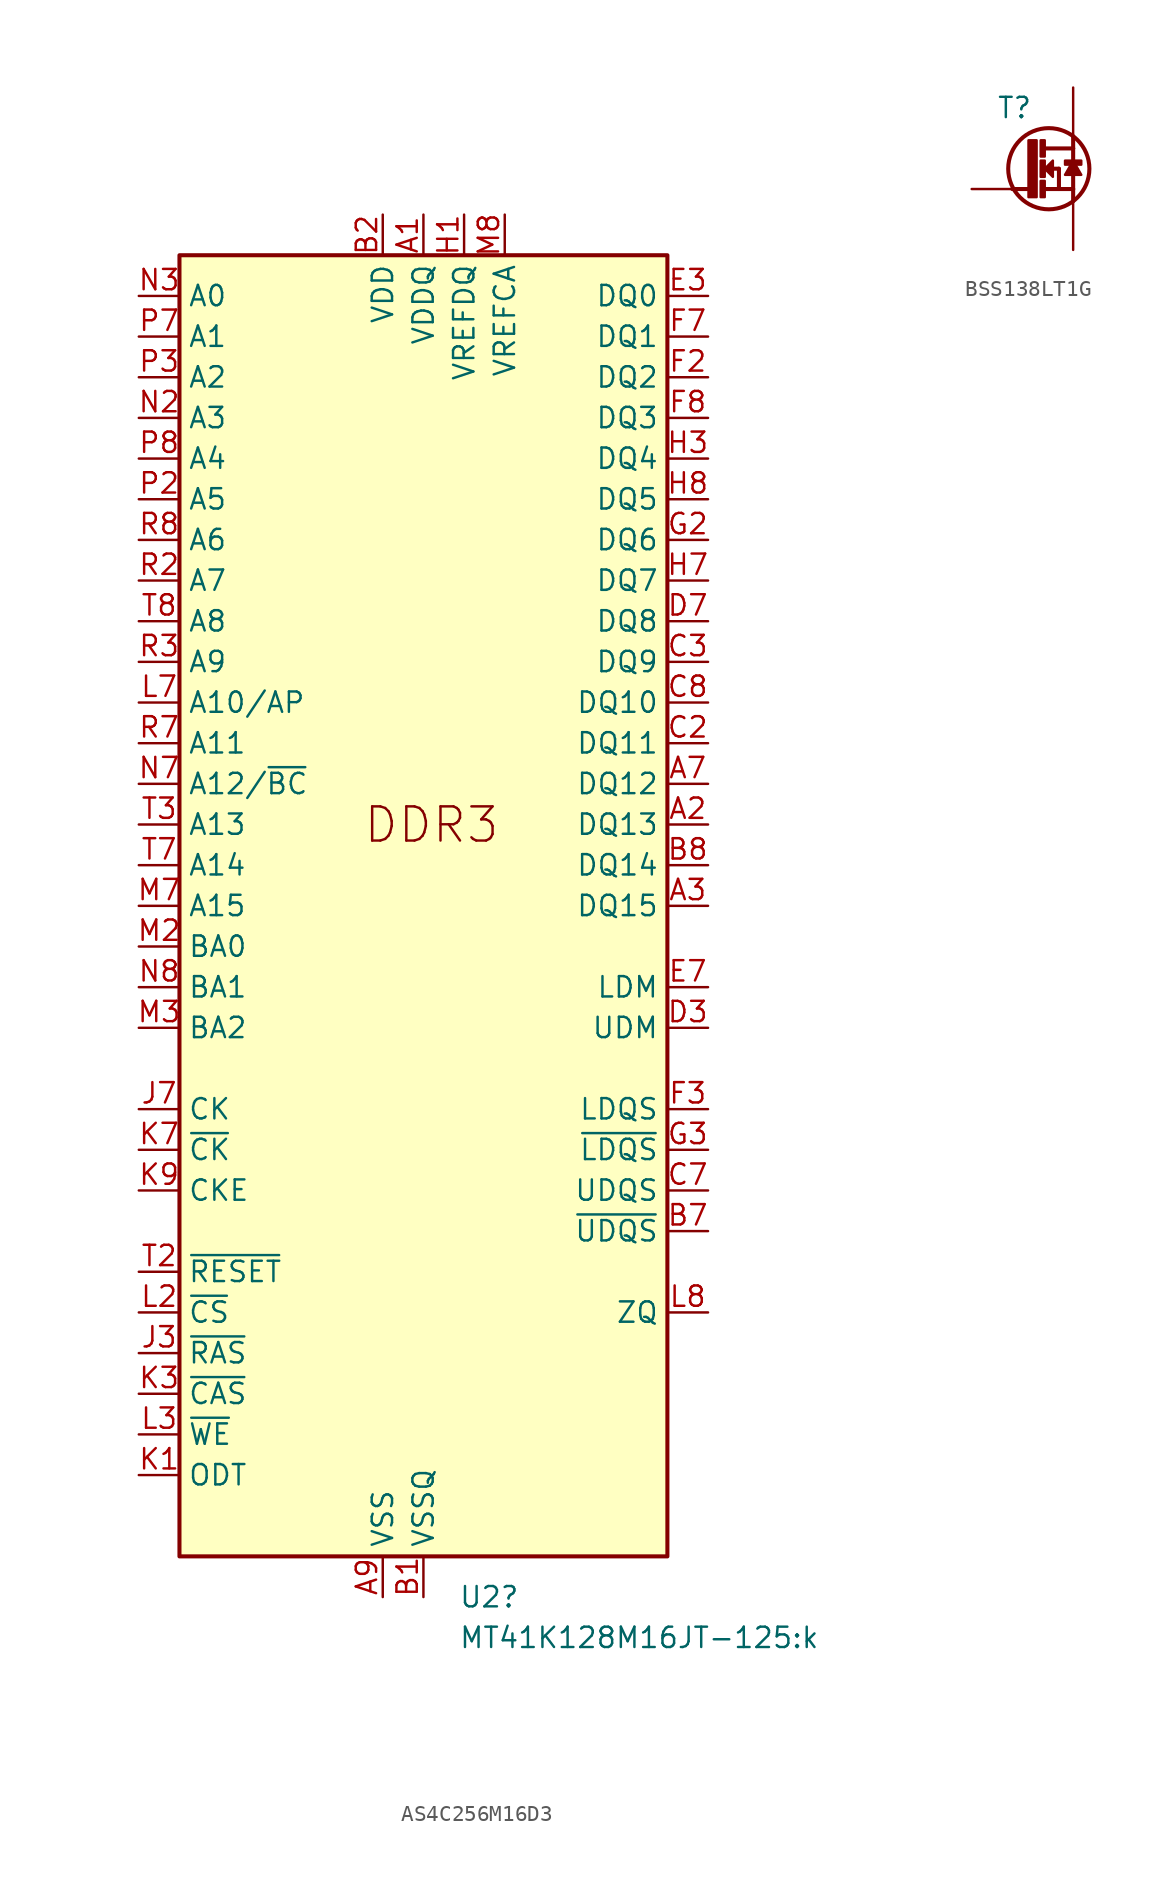
<source format=kicad_sym>
(kicad_symbol_lib
  (version 20241209)
  (generator "kicad_symbol_editor")
  (generator_version "9.0")
  (symbol "AS4C256M16D3"
    (property "Reference" "U2"
      (at 2.194 -43.18 0)
      (effects (font (size 1.27 1.27)) (justify left)))
    (property "Value" "MT41K128M16JT-125:k"
      (at 2.194 -45.72 0)
      (effects (font (size 1.27 1.27)) (justify left)))
    (symbol "AS4C256M16D3_0_1"
      (rectangle (start -15.24 40.64) (end 15.24 -40.64) (stroke (width 0.254) (type default)) (fill (type background)))
      (pin input line (at -17.78 38.1 0) (length 2.54) (name "A0" (effects (font (size 1.27 1.27)))) (number "N3" (effects (font (size 1.27 1.27)))))
      (pin input line (at -17.78 35.56 0) (length 2.54) (name "A1" (effects (font (size 1.27 1.27)))) (number "P7" (effects (font (size 1.27 1.27)))))
      (pin input line (at -17.78 33.02 0) (length 2.54) (name "A2" (effects (font (size 1.27 1.27)))) (number "P3" (effects (font (size 1.27 1.27)))))
      (pin input line (at -17.78 30.48 0) (length 2.54) (name "A3" (effects (font (size 1.27 1.27)))) (number "N2" (effects (font (size 1.27 1.27)))))
      (pin input line (at -17.78 27.94 0) (length 2.54) (name "A4" (effects (font (size 1.27 1.27)))) (number "P8" (effects (font (size 1.27 1.27)))))
      (pin input line (at -17.78 25.4 0) (length 2.54) (name "A5" (effects (font (size 1.27 1.27)))) (number "P2" (effects (font (size 1.27 1.27)))))
      (pin input line (at -17.78 22.86 0) (length 2.54) (name "A6" (effects (font (size 1.27 1.27)))) (number "R8" (effects (font (size 1.27 1.27)))))
      (pin input line (at -17.78 20.32 0) (length 2.54) (name "A7" (effects (font (size 1.27 1.27)))) (number "R2" (effects (font (size 1.27 1.27)))))
      (pin input line (at -17.78 17.78 0) (length 2.54) (name "A8" (effects (font (size 1.27 1.27)))) (number "T8" (effects (font (size 1.27 1.27)))))
      (pin input line (at -17.78 15.24 0) (length 2.54) (name "A9" (effects (font (size 1.27 1.27)))) (number "R3" (effects (font (size 1.27 1.27)))))
      (pin input line (at -17.78 12.7 0) (length 2.54) (name "A10/AP" (effects (font (size 1.27 1.27)))) (number "L7" (effects (font (size 1.27 1.27)))))
      (pin input line (at -17.78 10.16 0) (length 2.54) (name "A11" (effects (font (size 1.27 1.27)))) (number "R7" (effects (font (size 1.27 1.27)))))
      (pin input line (at -17.78 7.62 0) (length 2.54) (name "A12/~{BC}" (effects (font (size 1.27 1.27)))) (number "N7" (effects (font (size 1.27 1.27)))))
      (pin input line (at -17.78 5.08 0) (length 2.54) (name "A13" (effects (font (size 1.27 1.27)))) (number "T3" (effects (font (size 1.27 1.27)))))
      (pin input line (at -17.78 2.54 0) (length 2.54) (name "A14" (effects (font (size 1.27 1.27)))) (number "T7" (effects (font (size 1.27 1.27)))))
      (pin input line (at -17.78 -22.86 0) (length 2.54) (name "~{RESET}" (effects (font (size 1.27 1.27)))) (number "T2" (effects (font (size 1.27 1.27)))))
      (pin input line (at -17.78 -25.4 0) (length 2.54) (name "~{CS}" (effects (font (size 1.27 1.27)))) (number "L2" (effects (font (size 1.27 1.27)))))
      (pin power_in line (at -2.54 43.18 270) (length 2.54) (name "VDD" (effects (font (size 1.27 1.27)))) (number "B2" (effects (font (size 1.27 1.27)))))
      (pin passive line (at -2.54 43.18 270) (length 2.54) (hide yes) (name "VDD" (effects (font (size 1.27 1.27)))) (number "D9" (effects (font (size 1.27 1.27)))))
      (pin passive line (at -2.54 43.18 270) (length 2.54) (hide yes) (name "VDD" (effects (font (size 1.27 1.27)))) (number "G7" (effects (font (size 1.27 1.27)))))
      (pin passive line (at -2.54 43.18 270) (length 2.54) (hide yes) (name "VDD" (effects (font (size 1.27 1.27)))) (number "K2" (effects (font (size 1.27 1.27)))))
      (pin passive line (at -2.54 43.18 270) (length 2.54) (hide yes) (name "VDD" (effects (font (size 1.27 1.27)))) (number "K8" (effects (font (size 1.27 1.27)))))
      (pin passive line (at -2.54 43.18 270) (length 2.54) (hide yes) (name "VDD" (effects (font (size 1.27 1.27)))) (number "N1" (effects (font (size 1.27 1.27)))))
      (pin passive line (at -2.54 43.18 270) (length 2.54) (hide yes) (name "VDD" (effects (font (size 1.27 1.27)))) (number "N9" (effects (font (size 1.27 1.27)))))
      (pin passive line (at -2.54 43.18 270) (length 2.54) (hide yes) (name "VDD" (effects (font (size 1.27 1.27)))) (number "R1" (effects (font (size 1.27 1.27)))))
      (pin passive line (at -2.54 43.18 270) (length 2.54) (hide yes) (name "VDD" (effects (font (size 1.27 1.27)))) (number "R9" (effects (font (size 1.27 1.27)))))
      (pin power_in line (at -2.54 -43.18 90) (length 2.54) (name "VSS" (effects (font (size 1.27 1.27)))) (number "A9" (effects (font (size 1.27 1.27)))))
      (pin passive line (at -2.54 -43.18 90) (length 2.54) (hide yes) (name "VSS" (effects (font (size 1.27 1.27)))) (number "B3" (effects (font (size 1.27 1.27)))))
      (pin passive line (at -2.54 -43.18 90) (length 2.54) (hide yes) (name "VSS" (effects (font (size 1.27 1.27)))) (number "E1" (effects (font (size 1.27 1.27)))))
      (pin passive line (at -2.54 -43.18 90) (length 2.54) (hide yes) (name "VSS" (effects (font (size 1.27 1.27)))) (number "G8" (effects (font (size 1.27 1.27)))))
      (pin passive line (at -2.54 -43.18 90) (length 2.54) (hide yes) (name "VSS" (effects (font (size 1.27 1.27)))) (number "J2" (effects (font (size 1.27 1.27)))))
      (pin passive line (at -2.54 -43.18 90) (length 2.54) (hide yes) (name "VSS" (effects (font (size 1.27 1.27)))) (number "J8" (effects (font (size 1.27 1.27)))))
      (pin passive line (at -2.54 -43.18 90) (length 2.54) (hide yes) (name "VSS" (effects (font (size 1.27 1.27)))) (number "M1" (effects (font (size 1.27 1.27)))))
      (pin passive line (at -2.54 -43.18 90) (length 2.54) (hide yes) (name "VSS" (effects (font (size 1.27 1.27)))) (number "M9" (effects (font (size 1.27 1.27)))))
      (pin passive line (at -2.54 -43.18 90) (length 2.54) (hide yes) (name "VSS" (effects (font (size 1.27 1.27)))) (number "P1" (effects (font (size 1.27 1.27)))))
      (pin passive line (at -2.54 -43.18 90) (length 2.54) (hide yes) (name "VSS" (effects (font (size 1.27 1.27)))) (number "P9" (effects (font (size 1.27 1.27)))))
      (pin passive line (at -2.54 -43.18 90) (length 2.54) (hide yes) (name "VSS" (effects (font (size 1.27 1.27)))) (number "T1" (effects (font (size 1.27 1.27)))))
      (pin passive line (at -2.54 -43.18 90) (length 2.54) (hide yes) (name "VSS" (effects (font (size 1.27 1.27)))) (number "T9" (effects (font (size 1.27 1.27)))))
      (pin power_in line (at 0 43.18 270) (length 2.54) (name "VDDQ" (effects (font (size 1.27 1.27)))) (number "A1" (effects (font (size 1.27 1.27)))))
      (pin passive line (at 0 43.18 270) (length 2.54) (hide yes) (name "VDDQ" (effects (font (size 1.27 1.27)))) (number "A8" (effects (font (size 1.27 1.27)))))
      (pin passive line (at 0 43.18 270) (length 2.54) (hide yes) (name "VDDQ" (effects (font (size 1.27 1.27)))) (number "C1" (effects (font (size 1.27 1.27)))))
      (pin passive line (at 0 43.18 270) (length 2.54) (hide yes) (name "VDDQ" (effects (font (size 1.27 1.27)))) (number "C9" (effects (font (size 1.27 1.27)))))
      (pin passive line (at 0 43.18 270) (length 2.54) (hide yes) (name "VDDQ" (effects (font (size 1.27 1.27)))) (number "D2" (effects (font (size 1.27 1.27)))))
      (pin passive line (at 0 43.18 270) (length 2.54) (hide yes) (name "VDDQ" (effects (font (size 1.27 1.27)))) (number "E9" (effects (font (size 1.27 1.27)))))
      (pin passive line (at 0 43.18 270) (length 2.54) (hide yes) (name "VDDQ" (effects (font (size 1.27 1.27)))) (number "F1" (effects (font (size 1.27 1.27)))))
      (pin passive line (at 0 43.18 270) (length 2.54) (hide yes) (name "VDDQ" (effects (font (size 1.27 1.27)))) (number "H2" (effects (font (size 1.27 1.27)))))
      (pin passive line (at 0 43.18 270) (length 2.54) (hide yes) (name "VDDQ" (effects (font (size 1.27 1.27)))) (number "H9" (effects (font (size 1.27 1.27)))))
      (pin power_in line (at 0 -43.18 90) (length 2.54) (name "VSSQ" (effects (font (size 1.27 1.27)))) (number "B1" (effects (font (size 1.27 1.27)))))
      (pin passive line (at 0 -43.18 90) (length 2.54) (hide yes) (name "VSSQ" (effects (font (size 1.27 1.27)))) (number "B9" (effects (font (size 1.27 1.27)))))
      (pin passive line (at 0 -43.18 90) (length 2.54) (hide yes) (name "VSSQ" (effects (font (size 1.27 1.27)))) (number "D1" (effects (font (size 1.27 1.27)))))
      (pin passive line (at 0 -43.18 90) (length 2.54) (hide yes) (name "VSSQ" (effects (font (size 1.27 1.27)))) (number "D8" (effects (font (size 1.27 1.27)))))
      (pin passive line (at 0 -43.18 90) (length 2.54) (hide yes) (name "VSSQ" (effects (font (size 1.27 1.27)))) (number "E2" (effects (font (size 1.27 1.27)))))
      (pin passive line (at 0 -43.18 90) (length 2.54) (hide yes) (name "VSSQ" (effects (font (size 1.27 1.27)))) (number "E8" (effects (font (size 1.27 1.27)))))
      (pin passive line (at 0 -43.18 90) (length 2.54) (hide yes) (name "VSSQ" (effects (font (size 1.27 1.27)))) (number "F9" (effects (font (size 1.27 1.27)))))
      (pin passive line (at 0 -43.18 90) (length 2.54) (hide yes) (name "VSSQ" (effects (font (size 1.27 1.27)))) (number "G1" (effects (font (size 1.27 1.27)))))
      (pin passive line (at 0 -43.18 90) (length 2.54) (hide yes) (name "VSSQ" (effects (font (size 1.27 1.27)))) (number "G9" (effects (font (size 1.27 1.27)))))
      (pin power_in line (at 2.54 43.18 270) (length 2.54) (name "VREFDQ" (effects (font (size 1.27 1.27)))) (number "H1" (effects (font (size 1.27 1.27)))))
      (pin bidirectional line (at 17.78 38.1 180) (length 2.54) (name "DQ0" (effects (font (size 1.27 1.27)))) (number "E3" (effects (font (size 1.27 1.27)))))
      (pin bidirectional line (at 17.78 35.56 180) (length 2.54) (name "DQ1" (effects (font (size 1.27 1.27)))) (number "F7" (effects (font (size 1.27 1.27)))))
      (pin bidirectional line (at 17.78 33.02 180) (length 2.54) (name "DQ2" (effects (font (size 1.27 1.27)))) (number "F2" (effects (font (size 1.27 1.27)))))
      (pin bidirectional line (at 17.78 30.48 180) (length 2.54) (name "DQ3" (effects (font (size 1.27 1.27)))) (number "F8" (effects (font (size 1.27 1.27)))))
      (pin bidirectional line (at 17.78 27.94 180) (length 2.54) (name "DQ4" (effects (font (size 1.27 1.27)))) (number "H3" (effects (font (size 1.27 1.27)))))
      (pin bidirectional line (at 17.78 25.4 180) (length 2.54) (name "DQ5" (effects (font (size 1.27 1.27)))) (number "H8" (effects (font (size 1.27 1.27)))))
      (pin bidirectional line (at 17.78 22.86 180) (length 2.54) (name "DQ6" (effects (font (size 1.27 1.27)))) (number "G2" (effects (font (size 1.27 1.27)))))
      (pin bidirectional line (at 17.78 20.32 180) (length 2.54) (name "DQ7" (effects (font (size 1.27 1.27)))) (number "H7" (effects (font (size 1.27 1.27))))))
    (symbol "AS4C256M16D3_1_1"
      (text "DDR3" (at -3.81 3.81 0) (effects (font (size 2.134 2.134)) (justify left bottom)))
      (pin input line (at -17.78 0 0) (length 2.54) (name "A15" (effects (font (size 1.27 1.27)))) (number "M7" (effects (font (size 1.27 1.27)))))
      (pin input line (at -17.78 -2.54 0) (length 2.54) (name "BA0" (effects (font (size 1.27 1.27)))) (number "M2" (effects (font (size 1.27 1.27)))))
      (pin input line (at -17.78 -5.08 0) (length 2.54) (name "BA1" (effects (font (size 1.27 1.27)))) (number "N8" (effects (font (size 1.27 1.27)))))
      (pin input line (at -17.78 -7.62 0) (length 2.54) (name "BA2" (effects (font (size 1.27 1.27)))) (number "M3" (effects (font (size 1.27 1.27)))))
      (pin input line (at -17.78 -12.7 0) (length 2.54) (name "CK" (effects (font (size 1.27 1.27)))) (number "J7" (effects (font (size 1.27 1.27)))))
      (pin input line (at -17.78 -15.24 0) (length 2.54) (name "~{CK}" (effects (font (size 1.27 1.27)))) (number "K7" (effects (font (size 1.27 1.27)))))
      (pin input line (at -17.78 -17.78 0) (length 2.54) (name "CKE" (effects (font (size 1.27 1.27)))) (number "K9" (effects (font (size 1.27 1.27)))))
      (pin input line (at -17.78 -27.94 0) (length 2.54) (name "~{RAS}" (effects (font (size 1.27 1.27)))) (number "J3" (effects (font (size 1.27 1.27)))))
      (pin input line (at -17.78 -30.48 0) (length 2.54) (name "~{CAS}" (effects (font (size 1.27 1.27)))) (number "K3" (effects (font (size 1.27 1.27)))))
      (pin input line (at -17.78 -33.02 0) (length 2.54) (name "~{WE}" (effects (font (size 1.27 1.27)))) (number "L3" (effects (font (size 1.27 1.27)))))
      (pin input line (at -17.78 -35.56 0) (length 2.54) (name "ODT" (effects (font (size 1.27 1.27)))) (number "K1" (effects (font (size 1.27 1.27)))))
      (pin power_in line (at 5.08 43.18 270) (length 2.54) (name "VREFCA" (effects (font (size 1.27 1.27)))) (number "M8" (effects (font (size 1.27 1.27)))))
      (pin no_connect line (at 15.24 -27.94 180) (length 2.54) (hide yes) (name "NC" (effects (font (size 1.27 1.27)))) (number "J1" (effects (font (size 1.27 1.27)))))
      (pin no_connect line (at 15.24 -30.48 180) (length 2.54) (hide yes) (name "NC" (effects (font (size 1.27 1.27)))) (number "J9" (effects (font (size 1.27 1.27)))))
      (pin no_connect line (at 15.24 -33.02 180) (length 2.54) (hide yes) (name "NC" (effects (font (size 1.27 1.27)))) (number "L1" (effects (font (size 1.27 1.27)))))
      (pin no_connect line (at 15.24 -35.56 180) (length 2.54) (hide yes) (name "NC" (effects (font (size 1.27 1.27)))) (number "L9" (effects (font (size 1.27 1.27)))))
      (pin bidirectional line (at 17.78 17.78 180) (length 2.54) (name "DQ8" (effects (font (size 1.27 1.27)))) (number "D7" (effects (font (size 1.27 1.27)))))
      (pin bidirectional line (at 17.78 15.24 180) (length 2.54) (name "DQ9" (effects (font (size 1.27 1.27)))) (number "C3" (effects (font (size 1.27 1.27)))))
      (pin bidirectional line (at 17.78 12.7 180) (length 2.54) (name "DQ10" (effects (font (size 1.27 1.27)))) (number "C8" (effects (font (size 1.27 1.27)))))
      (pin bidirectional line (at 17.78 10.16 180) (length 2.54) (name "DQ11" (effects (font (size 1.27 1.27)))) (number "C2" (effects (font (size 1.27 1.27)))))
      (pin bidirectional line (at 17.78 7.62 180) (length 2.54) (name "DQ12" (effects (font (size 1.27 1.27)))) (number "A7" (effects (font (size 1.27 1.27)))))
      (pin bidirectional line (at 17.78 5.08 180) (length 2.54) (name "DQ13" (effects (font (size 1.27 1.27)))) (number "A2" (effects (font (size 1.27 1.27)))))
      (pin bidirectional line (at 17.78 2.54 180) (length 2.54) (name "DQ14" (effects (font (size 1.27 1.27)))) (number "B8" (effects (font (size 1.27 1.27)))))
      (pin bidirectional line (at 17.78 0 180) (length 2.54) (name "DQ15" (effects (font (size 1.27 1.27)))) (number "A3" (effects (font (size 1.27 1.27)))))
      (pin input line (at 17.78 -5.08 180) (length 2.54) (name "LDM" (effects (font (size 1.27 1.27)))) (number "E7" (effects (font (size 1.27 1.27)))))
      (pin input line (at 17.78 -7.62 180) (length 2.54) (name "UDM" (effects (font (size 1.27 1.27)))) (number "D3" (effects (font (size 1.27 1.27)))))
      (pin bidirectional line (at 17.78 -12.7 180) (length 2.54) (name "LDQS" (effects (font (size 1.27 1.27)))) (number "F3" (effects (font (size 1.27 1.27)))))
      (pin bidirectional line (at 17.78 -15.24 180) (length 2.54) (name "~{LDQS}" (effects (font (size 1.27 1.27)))) (number "G3" (effects (font (size 1.27 1.27)))))
      (pin bidirectional line (at 17.78 -17.78 180) (length 2.54) (name "UDQS" (effects (font (size 1.27 1.27)))) (number "C7" (effects (font (size 1.27 1.27)))))
      (pin bidirectional line (at 17.78 -20.32 180) (length 2.54) (name "~{UDQS}" (effects (font (size 1.27 1.27)))) (number "B7" (effects (font (size 1.27 1.27)))))
      (pin input line (at 17.78 -25.4 180) (length 2.54) (name "ZQ" (effects (font (size 1.27 1.27)))) (number "L8" (effects (font (size 1.27 1.27)))))))
  (symbol "BSS138LT1G"
    (pin_names
      (offset 1.27))
    (property "Reference" "T"
      (at 3.81 5.08 0)
      (effects (font (size 1.27 1.27)) (justify right)))
    (property "Field5" ""
      (at 0 0 0)
      (effects (font (size 1.27 1.27))))
    (property "Field6" ""
      (at 0 0 0)
      (effects (font (size 1.27 1.27))))
    (property "Field7" ""
      (at 0 0 0)
      (effects (font (size 1.27 1.27))))
    (property "ki_locked" ""
      (at 0 0 0)
      (effects (font (size 1.27 1.27))))
    (symbol "BSS138LT1G_0_1"
      (polyline (pts (xy 3.556 0) (xy 2.54 0)) (stroke (width 0.254) (type solid)) (fill (type none)))
      (polyline (pts (xy 3.556 -0.508) (xy 4.064 -0.508) (xy 4.064 3.048) (xy 3.556 3.048) (xy 3.556 -0.508)) (stroke (width 0) (type solid)) (fill (type outline)))
      (rectangle (start 4.318 2.032) (end 4.572 3.048) (stroke (width 0) (type solid)) (fill (type outline)))
      (rectangle (start 4.318 0.762) (end 4.572 1.778) (stroke (width 0) (type solid)) (fill (type outline)))
      (rectangle (start 4.318 -0.508) (end 4.572 0.508) (stroke (width 0) (type solid)) (fill (type outline)))
      (polyline (pts (xy 4.445 1.27) (xy 5.461 1.27)) (stroke (width 0.254) (type solid)) (fill (type none)))
      (polyline (pts (xy 4.572 2.54) (xy 6.35 2.54)) (stroke (width 0.254) (type solid)) (fill (type none)))
      (polyline (pts (xy 4.572 1.27) (xy 5.08 1.778) (xy 5.08 0.762) (xy 4.572 1.27)) (stroke (width 0) (type solid)) (fill (type outline)))
      (polyline (pts (xy 4.572 0) (xy 6.35 0)) (stroke (width 0.254) (type solid)) (fill (type none)))
      (circle (center 4.826 1.27) (radius 2.54) (stroke (width 0.254) (type solid)) (fill (type none)))
      (polyline (pts (xy 5.461 1.27) (xy 5.461 0)) (stroke (width 0.254) (type solid)) (fill (type none)))
      (rectangle (start 5.842 1.524) (end 6.858 1.778) (stroke (width 0) (type solid)) (fill (type outline)))
      (polyline (pts (xy 6.35 3.302) (xy 6.35 2.54)) (stroke (width 0.254) (type solid)) (fill (type none)))
      (polyline (pts (xy 6.35 2.54) (xy 6.35 0)) (stroke (width 0.254) (type solid)) (fill (type none)))
      (polyline (pts (xy 6.35 1.778) (xy 5.842 0.889) (xy 6.858 0.889) (xy 6.35 1.778)) (stroke (width 0) (type solid)) (fill (type outline)))
      (polyline (pts (xy 6.35 0) (xy 6.35 -0.762)) (stroke (width 0.254) (type solid)) (fill (type none)))
      (pin passive line (at 0 0 0) (length 2.54) (name "G" (effects (font (size 0 0)))) (number "1" (effects (font (size 0 0)))))
      (pin passive line (at 6.35 6.35 270) (length 3.048) (name "D" (effects (font (size 0 0)))) (number "3" (effects (font (size 0 0)))))
      (pin passive line (at 6.35 -3.81 90) (length 3.048) (name "S" (effects (font (size 0 0)))) (number "2" (effects (font (size 0 0))))))))
</source>
